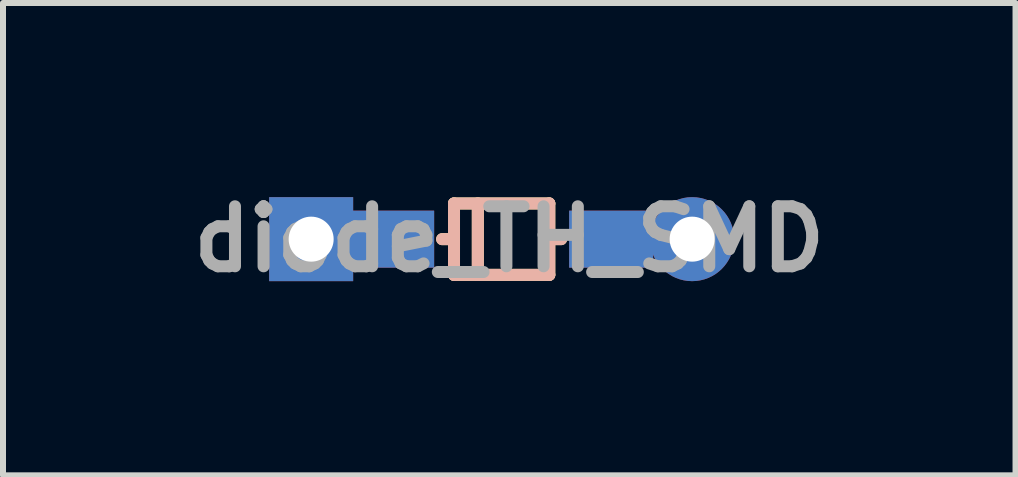
<source format=kicad_pcb>
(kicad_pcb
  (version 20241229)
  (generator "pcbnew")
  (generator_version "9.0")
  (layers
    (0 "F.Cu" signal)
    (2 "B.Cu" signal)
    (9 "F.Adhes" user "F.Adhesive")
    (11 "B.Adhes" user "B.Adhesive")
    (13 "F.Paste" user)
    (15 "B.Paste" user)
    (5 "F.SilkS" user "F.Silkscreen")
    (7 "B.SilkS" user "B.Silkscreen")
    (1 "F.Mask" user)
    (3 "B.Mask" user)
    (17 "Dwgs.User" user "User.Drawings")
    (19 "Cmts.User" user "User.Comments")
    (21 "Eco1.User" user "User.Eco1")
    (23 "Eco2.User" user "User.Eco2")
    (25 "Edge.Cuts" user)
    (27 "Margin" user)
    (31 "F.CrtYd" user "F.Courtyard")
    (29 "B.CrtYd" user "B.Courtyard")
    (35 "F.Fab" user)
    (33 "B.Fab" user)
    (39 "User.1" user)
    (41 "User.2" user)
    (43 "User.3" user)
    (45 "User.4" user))
  (footprint "diode_TH_SMD"
    (layer "F.Cu")
    (at 2.533 0.936)
    (property "Reference" "diode_TH_SMD" (at 2.905 0 0) (layer "F.Fab") (effects (font (size 1 1) (thickness 0.2))))
    (attr through_hole)
    (fp_line (start 1.786 0) (end 1.984 0) (stroke (width 0.2) (type solid)) (layer "F.SilkS"))
    (fp_line (start 1.984 -0.595) (end 3.572 -0.595) (stroke (width 0.2) (type solid)) (layer "F.SilkS"))
    (fp_line (start 1.984 0.595) (end 1.984 -0.595) (stroke (width 0.2) (type solid)) (layer "F.SilkS"))
    (fp_line (start 2.381 -0.595) (end 2.381 0.595) (stroke (width 0.2) (type solid)) (layer "F.SilkS"))
    (fp_line (start 3.572 -0.595) (end 3.572 0.595) (stroke (width 0.2) (type solid)) (layer "F.SilkS"))
    (fp_line (start 3.572 0) (end 3.77 0) (stroke (width 0.2) (type solid)) (layer "F.SilkS"))
    (fp_line (start 3.572 0.595) (end 1.984 0.595) (stroke (width 0.2) (type solid)) (layer "F.SilkS"))
    (fp_line (start 1.786 0) (end 1.984 0) (stroke (width 0.2) (type solid)) (layer "B.SilkS"))
    (fp_line (start 1.984 -0.595) (end 1.984 0.595) (stroke (width 0.2) (type solid)) (layer "B.SilkS"))
    (fp_line (start 1.984 0.595) (end 3.572 0.595) (stroke (width 0.2) (type solid)) (layer "B.SilkS"))
    (fp_line (start 2.381 0.595) (end 2.381 -0.595) (stroke (width 0.2) (type solid)) (layer "B.SilkS"))
    (fp_line (start 3.572 -0.595) (end 1.984 -0.595) (stroke (width 0.2) (type solid)) (layer "B.SilkS"))
    (fp_line (start 3.572 0) (end 3.77 0) (stroke (width 0.2) (type solid)) (layer "B.SilkS"))
    (fp_line (start 3.572 0.595) (end 3.572 -0.595) (stroke (width 0.2) (type solid)) (layer "B.SilkS"))
    (pad "1" thru_hole rect (at -0.397 0) (size 1.4 1.4) (drill 0.75) (layers "*.Cu" "*.Mask"))
    (pad "1" smd rect (at 0.953 0) (size 1.4 0.95) (layers "F.Cu" "F.Mask" "F.Paste"))
    (pad "1" smd rect (at 0.953 0) (size 1.4 0.95) (layers "B.Cu" "B.Mask" "B.Paste"))
    (pad "2" smd rect (at 4.603 0) (size 1.4 0.95) (layers "F.Cu" "F.Mask" "F.Paste"))
    (pad "2" smd rect (at 4.603 0) (size 1.4 0.95) (layers "B.Cu" "B.Mask" "B.Paste"))
    (pad "2" thru_hole circle (at 5.953 0) (size 1.4 1.4) (drill 0.75) (layers "*.Cu" "*.Mask")))
  (gr_rect
    (start -3 -3)
    (end 13.876 4.872)
    (stroke (width 0.1) (type default))
    (fill no)
    (layer "Edge.Cuts")))
</source>
